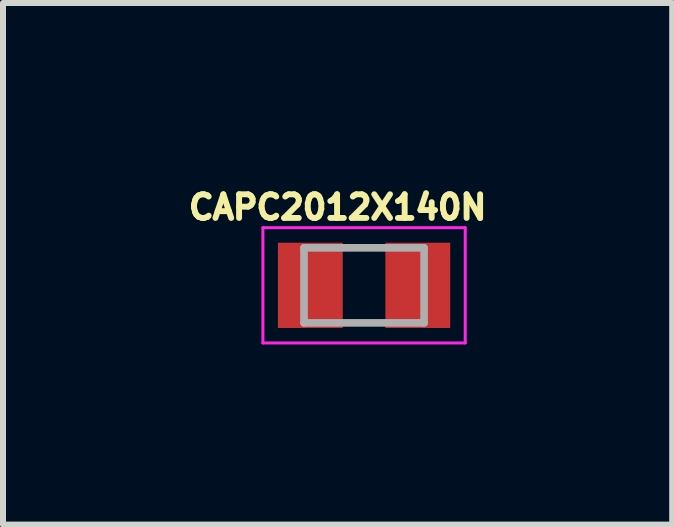
<source format=kicad_pcb>
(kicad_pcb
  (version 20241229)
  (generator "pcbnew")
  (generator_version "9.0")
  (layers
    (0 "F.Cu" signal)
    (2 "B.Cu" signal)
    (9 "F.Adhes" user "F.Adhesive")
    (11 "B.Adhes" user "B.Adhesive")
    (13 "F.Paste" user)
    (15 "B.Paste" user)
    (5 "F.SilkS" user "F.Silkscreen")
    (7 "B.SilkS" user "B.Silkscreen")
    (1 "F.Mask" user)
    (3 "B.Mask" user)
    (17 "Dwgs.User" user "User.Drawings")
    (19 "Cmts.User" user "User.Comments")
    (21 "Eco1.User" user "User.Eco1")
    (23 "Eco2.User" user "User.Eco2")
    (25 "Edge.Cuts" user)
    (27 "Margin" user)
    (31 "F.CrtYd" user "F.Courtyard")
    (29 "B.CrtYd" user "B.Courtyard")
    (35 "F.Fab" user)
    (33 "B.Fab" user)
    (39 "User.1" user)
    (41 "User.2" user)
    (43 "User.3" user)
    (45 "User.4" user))
  (footprint "CAPC2012X140N"
    (layer "F.Cu")
    (at 3.014 1.703)
    (property "Reference" "CAPC2012X140N" (at -0.44 -1.3 0) (layer "F.SilkS") (effects (font (size 0.394 0.394) (thickness 0.15))))
    (attr smd)
    (fp_line (start -1.685 -0.96) (end 1.685 -0.96) (stroke (width 0.05) (type solid)) (layer "F.CrtYd"))
    (fp_line (start -1.685 0.96) (end -1.685 -0.96) (stroke (width 0.05) (type solid)) (layer "F.CrtYd"))
    (fp_line (start -1.685 0.96) (end 1.685 0.96) (stroke (width 0.05) (type solid)) (layer "F.CrtYd"))
    (fp_line (start 1.685 0.96) (end 1.685 -0.96) (stroke (width 0.05) (type solid)) (layer "F.CrtYd"))
    (fp_line (start -1 0.625) (end -1 -0.625) (stroke (width 0.127) (type solid)) (layer "F.Fab"))
    (fp_line (start 1 -0.625) (end -1 -0.625) (stroke (width 0.127) (type solid)) (layer "F.Fab"))
    (fp_line (start 1 0.625) (end -1 0.625) (stroke (width 0.127) (type solid)) (layer "F.Fab"))
    (fp_line (start 1 0.625) (end 1 -0.625) (stroke (width 0.127) (type solid)) (layer "F.Fab"))
    (pad "1" smd rect (at -0.895 0) (size 1.08 1.42) (layers "F.Cu" "F.Mask" "F.Paste"))
    (pad "2" smd rect (at 0.895 0) (size 1.08 1.42) (layers "F.Cu" "F.Mask" "F.Paste")))
  (gr_rect
    (start -3 -3)
    (end 8.147 5.688)
    (stroke (width 0.1) (type default))
    (fill no)
    (layer "Edge.Cuts")))
</source>
